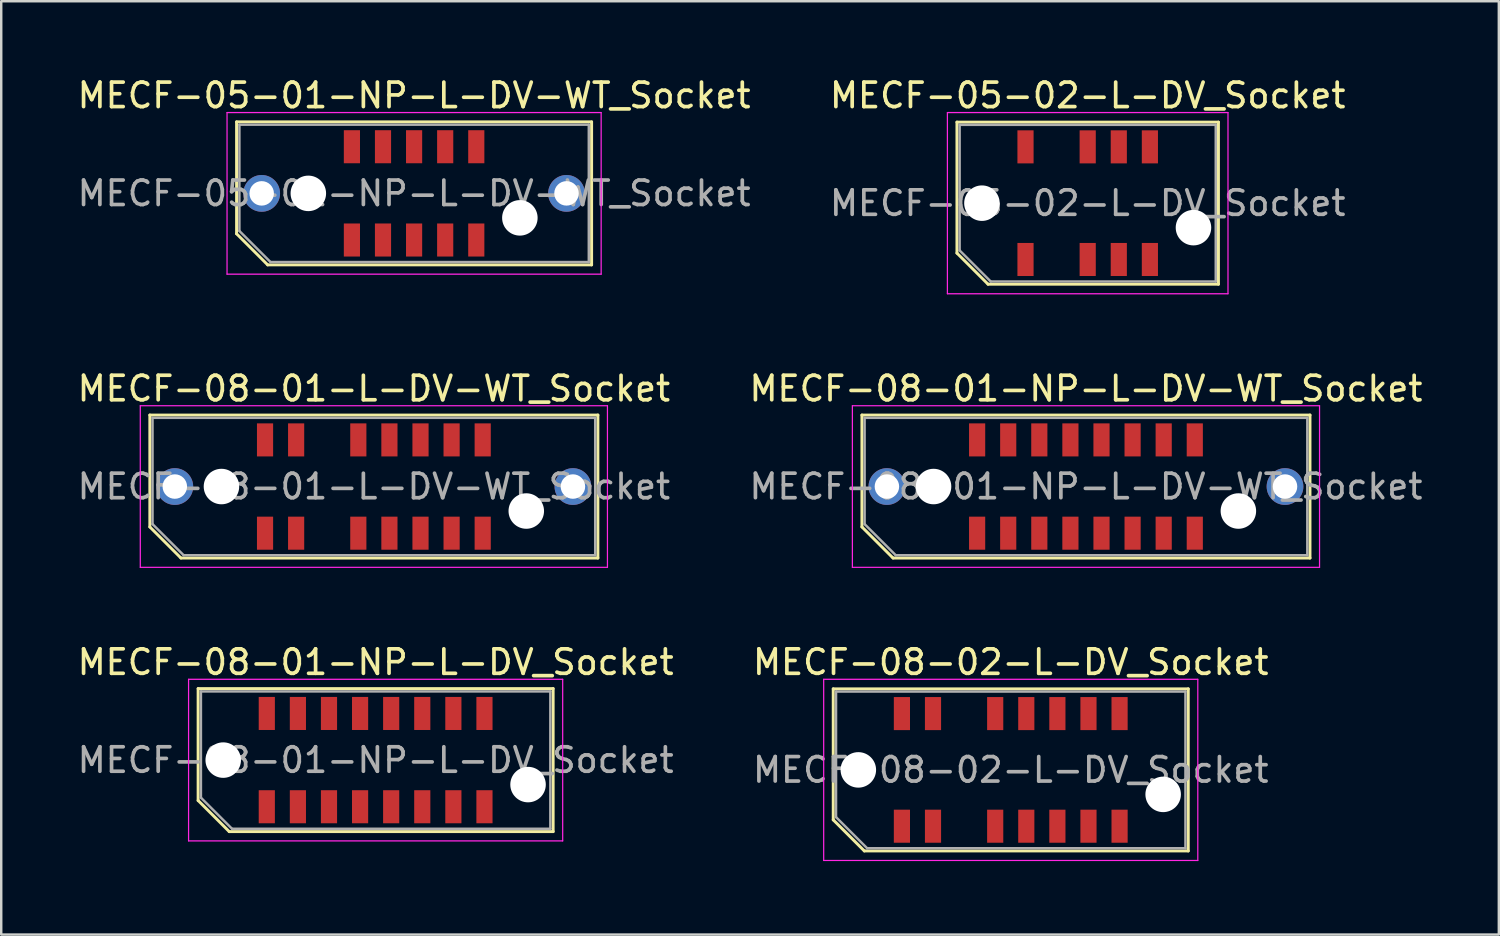
<source format=kicad_pcb>
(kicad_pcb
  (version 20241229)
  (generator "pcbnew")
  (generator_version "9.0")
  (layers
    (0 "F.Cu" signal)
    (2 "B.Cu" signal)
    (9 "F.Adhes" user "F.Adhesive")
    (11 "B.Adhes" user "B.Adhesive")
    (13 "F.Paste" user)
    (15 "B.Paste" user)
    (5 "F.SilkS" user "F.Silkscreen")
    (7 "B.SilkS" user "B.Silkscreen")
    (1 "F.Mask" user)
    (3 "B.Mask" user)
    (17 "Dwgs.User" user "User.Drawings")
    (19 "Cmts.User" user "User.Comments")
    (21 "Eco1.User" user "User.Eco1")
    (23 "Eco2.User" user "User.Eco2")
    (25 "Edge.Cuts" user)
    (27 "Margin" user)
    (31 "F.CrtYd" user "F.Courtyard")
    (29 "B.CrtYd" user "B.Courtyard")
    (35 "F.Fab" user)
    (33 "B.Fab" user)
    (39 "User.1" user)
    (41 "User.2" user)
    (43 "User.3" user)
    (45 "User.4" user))
  (footprint "MECF-08-02-L-DV_Socket"
    (layer "F.Cu")
    (at 38.232 28.395)
    (property "Reference" "MECF-08-02-L-DV_Socket" (at 0 -4.4 0) (layer "F.SilkS") (effects (font (size 1 1) (thickness 0.15))))
    (attr smd)
    (fp_line (start -7.25 -3.31) (end 7.25 -3.31) (stroke (width 0.12) (type solid)) (layer "F.SilkS"))
    (fp_line (start -7.25 2.04) (end -7.25 -3.31) (stroke (width 0.12) (type solid)) (layer "F.SilkS"))
    (fp_line (start -5.98 3.31) (end -7.25 2.04) (stroke (width 0.12) (type solid)) (layer "F.SilkS"))
    (fp_line (start -5.98 3.31) (end 7.25 3.31) (stroke (width 0.12) (type solid)) (layer "F.SilkS"))
    (fp_line (start 7.25 3.31) (end 7.25 -3.31) (stroke (width 0.12) (type solid)) (layer "F.SilkS"))
    (fp_line (start -7.64 -3.7) (end -7.64 3.7) (stroke (width 0.05) (type solid)) (layer "F.CrtYd"))
    (fp_line (start -7.64 3.7) (end 7.64 3.7) (stroke (width 0.05) (type solid)) (layer "F.CrtYd"))
    (fp_line (start 7.64 -3.7) (end -7.64 -3.7) (stroke (width 0.05) (type solid)) (layer "F.CrtYd"))
    (fp_line (start 7.64 3.7) (end 7.64 -3.7) (stroke (width 0.05) (type solid)) (layer "F.CrtYd"))
    (fp_line (start -7.135 -3.2) (end 7.135 -3.2) (stroke (width 0.1) (type solid)) (layer "F.Fab"))
    (fp_line (start -7.135 1.93) (end -7.135 -3.2) (stroke (width 0.1) (type solid)) (layer "F.Fab"))
    (fp_line (start -7.135 1.93) (end -5.865 3.2) (stroke (width 0.1) (type solid)) (layer "F.Fab"))
    (fp_line (start -5.865 3.2) (end 7.135 3.2) (stroke (width 0.1) (type solid)) (layer "F.Fab"))
    (fp_line (start 7.135 3.2) (end 7.135 -3.2) (stroke (width 0.1) (type solid)) (layer "F.Fab"))
    (fp_text user "${REFERENCE}" (at 0 0 0) (layer "F.Fab") (effects (font (size 1 1) (thickness 0.15))))
    (pad "" np_thru_hole circle (at -6.225 0) (size 1.45 1.45) (drill 1.45) (layers "*.Cu" "*.Mask"))
    (pad "" np_thru_hole circle (at 6.225 1) (size 1.45 1.45) (drill 1.45) (layers "*.Cu" "*.Mask"))
    (pad "1" smd rect (at -4.445 2.3) (size 0.66 1.35) (layers "F.Cu" "F.Mask" "F.Paste"))
    (pad "2" smd rect (at -4.445 -2.3) (size 0.66 1.35) (layers "F.Cu" "F.Mask" "F.Paste"))
    (pad "3" smd rect (at -3.175 2.3) (size 0.66 1.35) (layers "F.Cu" "F.Mask" "F.Paste"))
    (pad "4" smd rect (at -3.175 -2.3) (size 0.66 1.35) (layers "F.Cu" "F.Mask" "F.Paste"))
    (pad "7" smd rect (at -0.635 2.3) (size 0.66 1.35) (layers "F.Cu" "F.Mask" "F.Paste"))
    (pad "8" smd rect (at -0.635 -2.3) (size 0.66 1.35) (layers "F.Cu" "F.Mask" "F.Paste"))
    (pad "9" smd rect (at 0.635 2.3) (size 0.66 1.35) (layers "F.Cu" "F.Mask" "F.Paste"))
    (pad "10" smd rect (at 0.635 -2.3) (size 0.66 1.35) (layers "F.Cu" "F.Mask" "F.Paste"))
    (pad "11" smd rect (at 1.905 2.3) (size 0.66 1.35) (layers "F.Cu" "F.Mask" "F.Paste"))
    (pad "12" smd rect (at 1.905 -2.3) (size 0.66 1.35) (layers "F.Cu" "F.Mask" "F.Paste"))
    (pad "13" smd rect (at 3.175 2.3) (size 0.66 1.35) (layers "F.Cu" "F.Mask" "F.Paste"))
    (pad "14" smd rect (at 3.175 -2.3) (size 0.66 1.35) (layers "F.Cu" "F.Mask" "F.Paste"))
    (pad "15" smd rect (at 4.445 2.3) (size 0.66 1.35) (layers "F.Cu" "F.Mask" "F.Paste"))
    (pad "16" smd rect (at 4.445 -2.3) (size 0.66 1.35) (layers "F.Cu" "F.Mask" "F.Paste")))
  (footprint "MECF-08-01-L-DV-WT_Socket"
    (layer "F.Cu")
    (at 12.22 16.822)
    (property "Reference" "MECF-08-01-L-DV-WT_Socket" (at 0 -4 0) (layer "F.SilkS") (effects (font (size 1 1) (thickness 0.15))))
    (attr smd)
    (fp_line (start -9.15 -2.92) (end 9.15 -2.92) (stroke (width 0.12) (type solid)) (layer "F.SilkS"))
    (fp_line (start -9.15 1.65) (end -9.15 -2.92) (stroke (width 0.12) (type solid)) (layer "F.SilkS"))
    (fp_line (start -7.88 2.92) (end -9.15 1.65) (stroke (width 0.12) (type solid)) (layer "F.SilkS"))
    (fp_line (start -7.88 2.92) (end 9.15 2.92) (stroke (width 0.12) (type solid)) (layer "F.SilkS"))
    (fp_line (start 9.15 2.92) (end 9.15 -2.92) (stroke (width 0.12) (type solid)) (layer "F.SilkS"))
    (fp_line (start -9.54 -3.3) (end -9.54 3.3) (stroke (width 0.05) (type solid)) (layer "F.CrtYd"))
    (fp_line (start -9.54 3.3) (end 9.54 3.3) (stroke (width 0.05) (type solid)) (layer "F.CrtYd"))
    (fp_line (start 9.54 -3.3) (end -9.54 -3.3) (stroke (width 0.05) (type solid)) (layer "F.CrtYd"))
    (fp_line (start 9.54 3.3) (end 9.54 -3.3) (stroke (width 0.05) (type solid)) (layer "F.CrtYd"))
    (fp_line (start -9.04 -2.805) (end 9.04 -2.805) (stroke (width 0.1) (type solid)) (layer "F.Fab"))
    (fp_line (start -9.04 1.535) (end -9.04 -2.805) (stroke (width 0.1) (type solid)) (layer "F.Fab"))
    (fp_line (start -9.04 1.535) (end -7.77 2.805) (stroke (width 0.1) (type solid)) (layer "F.Fab"))
    (fp_line (start -7.77 2.805) (end 9.04 2.805) (stroke (width 0.1) (type solid)) (layer "F.Fab"))
    (fp_line (start 9.04 2.805) (end 9.04 -2.805) (stroke (width 0.1) (type solid)) (layer "F.Fab"))
    (fp_text user "${REFERENCE}" (at 0 0 0) (layer "F.Fab") (effects (font (size 1 1) (thickness 0.15))))
    (pad "" thru_hole circle (at -8.13 0) (size 1.5 1.5) (drill 1) (layers "*.Cu" "*.Mask"))
    (pad "" np_thru_hole circle (at -6.225 0) (size 1.45 1.45) (drill 1.45) (layers "*.Cu" "*.Mask"))
    (pad "" np_thru_hole circle (at 6.225 1) (size 1.45 1.45) (drill 1.45) (layers "*.Cu" "*.Mask"))
    (pad "" thru_hole circle (at 8.13 0) (size 1.5 1.5) (drill 1) (layers "*.Cu" "*.Mask"))
    (pad "1" smd rect (at -4.445 1.905) (size 0.66 1.35) (layers "F.Cu" "F.Mask" "F.Paste"))
    (pad "2" smd rect (at -4.445 -1.905) (size 0.66 1.35) (layers "F.Cu" "F.Mask" "F.Paste"))
    (pad "3" smd rect (at -3.175 1.905) (size 0.66 1.35) (layers "F.Cu" "F.Mask" "F.Paste"))
    (pad "4" smd rect (at -3.175 -1.905) (size 0.66 1.35) (layers "F.Cu" "F.Mask" "F.Paste"))
    (pad "7" smd rect (at -0.635 1.905) (size 0.66 1.35) (layers "F.Cu" "F.Mask" "F.Paste"))
    (pad "8" smd rect (at -0.635 -1.905) (size 0.66 1.35) (layers "F.Cu" "F.Mask" "F.Paste"))
    (pad "9" smd rect (at 0.635 1.905) (size 0.66 1.35) (layers "F.Cu" "F.Mask" "F.Paste"))
    (pad "10" smd rect (at 0.635 -1.905) (size 0.66 1.35) (layers "F.Cu" "F.Mask" "F.Paste"))
    (pad "11" smd rect (at 1.905 1.905) (size 0.66 1.35) (layers "F.Cu" "F.Mask" "F.Paste"))
    (pad "12" smd rect (at 1.905 -1.905) (size 0.66 1.35) (layers "F.Cu" "F.Mask" "F.Paste"))
    (pad "13" smd rect (at 3.175 1.905) (size 0.66 1.35) (layers "F.Cu" "F.Mask" "F.Paste"))
    (pad "14" smd rect (at 3.175 -1.905) (size 0.66 1.35) (layers "F.Cu" "F.Mask" "F.Paste"))
    (pad "15" smd rect (at 4.445 1.905) (size 0.66 1.35) (layers "F.Cu" "F.Mask" "F.Paste"))
    (pad "16" smd rect (at 4.445 -1.905) (size 0.66 1.35) (layers "F.Cu" "F.Mask" "F.Paste")))
  (footprint "MECF-08-01-NP-L-DV_Socket"
    (layer "F.Cu")
    (at 12.292 27.995)
    (property "Reference" "MECF-08-01-NP-L-DV_Socket" (at 0 -4 0) (layer "F.SilkS") (effects (font (size 1 1) (thickness 0.15))))
    (attr smd)
    (fp_line (start -7.25 -2.92) (end 7.25 -2.92) (stroke (width 0.12) (type solid)) (layer "F.SilkS"))
    (fp_line (start -7.25 1.65) (end -7.25 -2.92) (stroke (width 0.12) (type solid)) (layer "F.SilkS"))
    (fp_line (start -5.98 2.92) (end -7.25 1.65) (stroke (width 0.12) (type solid)) (layer "F.SilkS"))
    (fp_line (start -5.98 2.92) (end 7.25 2.92) (stroke (width 0.12) (type solid)) (layer "F.SilkS"))
    (fp_line (start 7.25 2.92) (end 7.25 -2.92) (stroke (width 0.12) (type solid)) (layer "F.SilkS"))
    (fp_line (start -7.64 -3.3) (end -7.64 3.3) (stroke (width 0.05) (type solid)) (layer "F.CrtYd"))
    (fp_line (start -7.64 3.3) (end 7.64 3.3) (stroke (width 0.05) (type solid)) (layer "F.CrtYd"))
    (fp_line (start 7.64 -3.3) (end -7.64 -3.3) (stroke (width 0.05) (type solid)) (layer "F.CrtYd"))
    (fp_line (start 7.64 3.3) (end 7.64 -3.3) (stroke (width 0.05) (type solid)) (layer "F.CrtYd"))
    (fp_line (start -7.135 -2.805) (end 7.135 -2.805) (stroke (width 0.1) (type solid)) (layer "F.Fab"))
    (fp_line (start -7.135 1.535) (end -7.135 -2.805) (stroke (width 0.1) (type solid)) (layer "F.Fab"))
    (fp_line (start -7.135 1.535) (end -5.865 2.805) (stroke (width 0.1) (type solid)) (layer "F.Fab"))
    (fp_line (start -5.865 2.805) (end 7.135 2.805) (stroke (width 0.1) (type solid)) (layer "F.Fab"))
    (fp_line (start 7.135 2.805) (end 7.135 -2.805) (stroke (width 0.1) (type solid)) (layer "F.Fab"))
    (fp_text user "${REFERENCE}" (at 0 0 0) (layer "F.Fab") (effects (font (size 1 1) (thickness 0.15))))
    (pad "" np_thru_hole circle (at -6.225 0) (size 1.45 1.45) (drill 1.45) (layers "*.Cu" "*.Mask"))
    (pad "" np_thru_hole circle (at 6.225 1) (size 1.45 1.45) (drill 1.45) (layers "*.Cu" "*.Mask"))
    (pad "1" smd rect (at -4.445 1.905) (size 0.66 1.35) (layers "F.Cu" "F.Mask" "F.Paste"))
    (pad "2" smd rect (at -4.445 -1.905) (size 0.66 1.35) (layers "F.Cu" "F.Mask" "F.Paste"))
    (pad "3" smd rect (at -3.175 1.905) (size 0.66 1.35) (layers "F.Cu" "F.Mask" "F.Paste"))
    (pad "4" smd rect (at -3.175 -1.905) (size 0.66 1.35) (layers "F.Cu" "F.Mask" "F.Paste"))
    (pad "5" smd rect (at -1.905 1.905) (size 0.66 1.35) (layers "F.Cu" "F.Mask" "F.Paste"))
    (pad "6" smd rect (at -1.905 -1.905) (size 0.66 1.35) (layers "F.Cu" "F.Mask" "F.Paste"))
    (pad "7" smd rect (at -0.635 1.905) (size 0.66 1.35) (layers "F.Cu" "F.Mask" "F.Paste"))
    (pad "8" smd rect (at -0.635 -1.905) (size 0.66 1.35) (layers "F.Cu" "F.Mask" "F.Paste"))
    (pad "9" smd rect (at 0.635 1.905) (size 0.66 1.35) (layers "F.Cu" "F.Mask" "F.Paste"))
    (pad "10" smd rect (at 0.635 -1.905) (size 0.66 1.35) (layers "F.Cu" "F.Mask" "F.Paste"))
    (pad "11" smd rect (at 1.905 1.905) (size 0.66 1.35) (layers "F.Cu" "F.Mask" "F.Paste"))
    (pad "12" smd rect (at 1.905 -1.905) (size 0.66 1.35) (layers "F.Cu" "F.Mask" "F.Paste"))
    (pad "13" smd rect (at 3.175 1.905) (size 0.66 1.35) (layers "F.Cu" "F.Mask" "F.Paste"))
    (pad "14" smd rect (at 3.175 -1.905) (size 0.66 1.35) (layers "F.Cu" "F.Mask" "F.Paste"))
    (pad "15" smd rect (at 4.445 1.905) (size 0.66 1.35) (layers "F.Cu" "F.Mask" "F.Paste"))
    (pad "16" smd rect (at 4.445 -1.905) (size 0.66 1.35) (layers "F.Cu" "F.Mask" "F.Paste")))
  (footprint "MECF-08-01-NP-L-DV-WT_Socket"
    (layer "F.Cu")
    (at 41.304 16.822)
    (property "Reference" "MECF-08-01-NP-L-DV-WT_Socket" (at 0 -4 0) (layer "F.SilkS") (effects (font (size 1 1) (thickness 0.15))))
    (attr smd)
    (fp_line (start -9.15 -2.92) (end 9.15 -2.92) (stroke (width 0.12) (type solid)) (layer "F.SilkS"))
    (fp_line (start -9.15 1.65) (end -9.15 -2.92) (stroke (width 0.12) (type solid)) (layer "F.SilkS"))
    (fp_line (start -7.88 2.92) (end -9.15 1.65) (stroke (width 0.12) (type solid)) (layer "F.SilkS"))
    (fp_line (start -7.88 2.92) (end 9.15 2.92) (stroke (width 0.12) (type solid)) (layer "F.SilkS"))
    (fp_line (start 9.15 2.92) (end 9.15 -2.92) (stroke (width 0.12) (type solid)) (layer "F.SilkS"))
    (fp_line (start -9.54 -3.3) (end -9.54 3.3) (stroke (width 0.05) (type solid)) (layer "F.CrtYd"))
    (fp_line (start -9.54 3.3) (end 9.54 3.3) (stroke (width 0.05) (type solid)) (layer "F.CrtYd"))
    (fp_line (start 9.54 -3.3) (end -9.54 -3.3) (stroke (width 0.05) (type solid)) (layer "F.CrtYd"))
    (fp_line (start 9.54 3.3) (end 9.54 -3.3) (stroke (width 0.05) (type solid)) (layer "F.CrtYd"))
    (fp_line (start -9.04 -2.805) (end 9.04 -2.805) (stroke (width 0.1) (type solid)) (layer "F.Fab"))
    (fp_line (start -9.04 1.535) (end -9.04 -2.805) (stroke (width 0.1) (type solid)) (layer "F.Fab"))
    (fp_line (start -9.04 1.535) (end -7.77 2.805) (stroke (width 0.1) (type solid)) (layer "F.Fab"))
    (fp_line (start -7.77 2.805) (end 9.04 2.805) (stroke (width 0.1) (type solid)) (layer "F.Fab"))
    (fp_line (start 9.04 2.805) (end 9.04 -2.805) (stroke (width 0.1) (type solid)) (layer "F.Fab"))
    (fp_text user "${REFERENCE}" (at 0 0 0) (layer "F.Fab") (effects (font (size 1 1) (thickness 0.15))))
    (pad "" thru_hole circle (at -8.13 0) (size 1.5 1.5) (drill 1) (layers "*.Cu" "*.Mask"))
    (pad "" np_thru_hole circle (at -6.225 0) (size 1.45 1.45) (drill 1.45) (layers "*.Cu" "*.Mask"))
    (pad "" np_thru_hole circle (at 6.225 1) (size 1.45 1.45) (drill 1.45) (layers "*.Cu" "*.Mask"))
    (pad "" thru_hole circle (at 8.13 0) (size 1.5 1.5) (drill 1) (layers "*.Cu" "*.Mask"))
    (pad "1" smd rect (at -4.445 1.905) (size 0.66 1.35) (layers "F.Cu" "F.Mask" "F.Paste"))
    (pad "2" smd rect (at -4.445 -1.905) (size 0.66 1.35) (layers "F.Cu" "F.Mask" "F.Paste"))
    (pad "3" smd rect (at -3.175 1.905) (size 0.66 1.35) (layers "F.Cu" "F.Mask" "F.Paste"))
    (pad "4" smd rect (at -3.175 -1.905) (size 0.66 1.35) (layers "F.Cu" "F.Mask" "F.Paste"))
    (pad "5" smd rect (at -1.905 1.905) (size 0.66 1.35) (layers "F.Cu" "F.Mask" "F.Paste"))
    (pad "6" smd rect (at -1.905 -1.905) (size 0.66 1.35) (layers "F.Cu" "F.Mask" "F.Paste"))
    (pad "7" smd rect (at -0.635 1.905) (size 0.66 1.35) (layers "F.Cu" "F.Mask" "F.Paste"))
    (pad "8" smd rect (at -0.635 -1.905) (size 0.66 1.35) (layers "F.Cu" "F.Mask" "F.Paste"))
    (pad "9" smd rect (at 0.635 1.905) (size 0.66 1.35) (layers "F.Cu" "F.Mask" "F.Paste"))
    (pad "10" smd rect (at 0.635 -1.905) (size 0.66 1.35) (layers "F.Cu" "F.Mask" "F.Paste"))
    (pad "11" smd rect (at 1.905 1.905) (size 0.66 1.35) (layers "F.Cu" "F.Mask" "F.Paste"))
    (pad "12" smd rect (at 1.905 -1.905) (size 0.66 1.35) (layers "F.Cu" "F.Mask" "F.Paste"))
    (pad "13" smd rect (at 3.175 1.905) (size 0.66 1.35) (layers "F.Cu" "F.Mask" "F.Paste"))
    (pad "14" smd rect (at 3.175 -1.905) (size 0.66 1.35) (layers "F.Cu" "F.Mask" "F.Paste"))
    (pad "15" smd rect (at 4.445 1.905) (size 0.66 1.35) (layers "F.Cu" "F.Mask" "F.Paste"))
    (pad "16" smd rect (at 4.445 -1.905) (size 0.66 1.35) (layers "F.Cu" "F.Mask" "F.Paste")))
  (footprint "MECF-05-01-NP-L-DV-WT_Socket"
    (layer "F.Cu")
    (at 13.863 4.848)
    (property "Reference" "MECF-05-01-NP-L-DV-WT_Socket" (at 0 -4 0) (layer "F.SilkS") (effects (font (size 1 1) (thickness 0.15))))
    (attr smd)
    (fp_line (start -7.25 -2.92) (end 7.25 -2.92) (stroke (width 0.12) (type solid)) (layer "F.SilkS"))
    (fp_line (start -7.25 1.65) (end -7.25 -2.92) (stroke (width 0.12) (type solid)) (layer "F.SilkS"))
    (fp_line (start -5.98 2.92) (end -7.25 1.65) (stroke (width 0.12) (type solid)) (layer "F.SilkS"))
    (fp_line (start -5.98 2.92) (end 7.25 2.92) (stroke (width 0.12) (type solid)) (layer "F.SilkS"))
    (fp_line (start 7.25 2.92) (end 7.25 -2.92) (stroke (width 0.12) (type solid)) (layer "F.SilkS"))
    (fp_line (start -7.64 -3.3) (end -7.64 3.3) (stroke (width 0.05) (type solid)) (layer "F.CrtYd"))
    (fp_line (start -7.64 3.3) (end 7.64 3.3) (stroke (width 0.05) (type solid)) (layer "F.CrtYd"))
    (fp_line (start 7.64 -3.3) (end -7.64 -3.3) (stroke (width 0.05) (type solid)) (layer "F.CrtYd"))
    (fp_line (start 7.64 3.3) (end 7.64 -3.3) (stroke (width 0.05) (type solid)) (layer "F.CrtYd"))
    (fp_line (start -7.135 -2.805) (end 7.135 -2.805) (stroke (width 0.1) (type solid)) (layer "F.Fab"))
    (fp_line (start -7.135 1.535) (end -7.135 -2.805) (stroke (width 0.1) (type solid)) (layer "F.Fab"))
    (fp_line (start -7.135 1.535) (end -5.865 2.805) (stroke (width 0.1) (type solid)) (layer "F.Fab"))
    (fp_line (start -5.865 2.805) (end 7.135 2.805) (stroke (width 0.1) (type solid)) (layer "F.Fab"))
    (fp_line (start 7.135 2.805) (end 7.135 -2.805) (stroke (width 0.1) (type solid)) (layer "F.Fab"))
    (fp_text user "${REFERENCE}" (at 0 0 0) (layer "F.Fab") (effects (font (size 1 1) (thickness 0.15))))
    (pad "" thru_hole circle (at -6.225 0) (size 1.5 1.5) (drill 1) (layers "*.Cu" "*.Mask"))
    (pad "" np_thru_hole circle (at -4.32 0) (size 1.45 1.45) (drill 1.45) (layers "*.Cu" "*.Mask"))
    (pad "" np_thru_hole circle (at 4.32 1) (size 1.45 1.45) (drill 1.45) (layers "*.Cu" "*.Mask"))
    (pad "" thru_hole circle (at 6.225 0) (size 1.5 1.5) (drill 1) (layers "*.Cu" "*.Mask"))
    (pad "1" smd rect (at -2.54 1.905) (size 0.66 1.35) (layers "F.Cu" "F.Mask" "F.Paste"))
    (pad "2" smd rect (at -2.54 -1.905) (size 0.66 1.35) (layers "F.Cu" "F.Mask" "F.Paste"))
    (pad "3" smd rect (at -1.27 1.905) (size 0.66 1.35) (layers "F.Cu" "F.Mask" "F.Paste"))
    (pad "4" smd rect (at -1.27 -1.905) (size 0.66 1.35) (layers "F.Cu" "F.Mask" "F.Paste"))
    (pad "5" smd rect (at 0 1.905) (size 0.66 1.35) (layers "F.Cu" "F.Mask" "F.Paste"))
    (pad "6" smd rect (at 0 -1.905) (size 0.66 1.35) (layers "F.Cu" "F.Mask" "F.Paste"))
    (pad "7" smd rect (at 1.27 1.905) (size 0.66 1.35) (layers "F.Cu" "F.Mask" "F.Paste"))
    (pad "8" smd rect (at 1.27 -1.905) (size 0.66 1.35) (layers "F.Cu" "F.Mask" "F.Paste"))
    (pad "9" smd rect (at 2.54 1.905) (size 0.66 1.35) (layers "F.Cu" "F.Mask" "F.Paste"))
    (pad "10" smd rect (at 2.54 -1.905) (size 0.66 1.35) (layers "F.Cu" "F.Mask" "F.Paste")))
  (footprint "MECF-05-02-L-DV_Socket"
    (layer "F.Cu")
    (at 41.375 5.248)
    (property "Reference" "MECF-05-02-L-DV_Socket" (at 0 -4.4 0) (layer "F.SilkS") (effects (font (size 1 1) (thickness 0.15))))
    (attr smd)
    (fp_line (start -5.34 -3.31) (end 5.34 -3.31) (stroke (width 0.12) (type solid)) (layer "F.SilkS"))
    (fp_line (start -5.34 2.04) (end -5.34 -3.31) (stroke (width 0.12) (type solid)) (layer "F.SilkS"))
    (fp_line (start -4.07 3.31) (end -5.34 2.04) (stroke (width 0.12) (type solid)) (layer "F.SilkS"))
    (fp_line (start -4.07 3.31) (end 5.34 3.31) (stroke (width 0.12) (type solid)) (layer "F.SilkS"))
    (fp_line (start 5.34 3.31) (end 5.34 -3.31) (stroke (width 0.12) (type solid)) (layer "F.SilkS"))
    (fp_line (start -5.73 -3.7) (end -5.73 3.7) (stroke (width 0.05) (type solid)) (layer "F.CrtYd"))
    (fp_line (start -5.73 3.7) (end 5.73 3.7) (stroke (width 0.05) (type solid)) (layer "F.CrtYd"))
    (fp_line (start 5.73 -3.7) (end -5.73 -3.7) (stroke (width 0.05) (type solid)) (layer "F.CrtYd"))
    (fp_line (start 5.73 3.7) (end 5.73 -3.7) (stroke (width 0.05) (type solid)) (layer "F.CrtYd"))
    (fp_line (start -5.23 -3.2) (end 5.23 -3.2) (stroke (width 0.1) (type solid)) (layer "F.Fab"))
    (fp_line (start -5.23 1.93) (end -5.23 -3.2) (stroke (width 0.1) (type solid)) (layer "F.Fab"))
    (fp_line (start -5.23 1.93) (end -3.96 3.2) (stroke (width 0.1) (type solid)) (layer "F.Fab"))
    (fp_line (start -3.96 3.2) (end 5.23 3.2) (stroke (width 0.1) (type solid)) (layer "F.Fab"))
    (fp_line (start 5.23 3.2) (end 5.23 -3.2) (stroke (width 0.1) (type solid)) (layer "F.Fab"))
    (fp_text user "${REFERENCE}" (at 0 0 0) (layer "F.Fab") (effects (font (size 1 1) (thickness 0.15))))
    (pad "" np_thru_hole circle (at -4.32 0) (size 1.45 1.45) (drill 1.45) (layers "*.Cu" "*.Mask"))
    (pad "" np_thru_hole circle (at 4.32 1) (size 1.45 1.45) (drill 1.45) (layers "*.Cu" "*.Mask"))
    (pad "1" smd rect (at -2.54 2.3) (size 0.66 1.35) (layers "F.Cu" "F.Mask" "F.Paste"))
    (pad "2" smd rect (at -2.54 -2.3) (size 0.66 1.35) (layers "F.Cu" "F.Mask" "F.Paste"))
    (pad "5" smd rect (at 0 2.3) (size 0.66 1.35) (layers "F.Cu" "F.Mask" "F.Paste"))
    (pad "6" smd rect (at 0 -2.3) (size 0.66 1.35) (layers "F.Cu" "F.Mask" "F.Paste"))
    (pad "7" smd rect (at 1.27 2.3) (size 0.66 1.35) (layers "F.Cu" "F.Mask" "F.Paste"))
    (pad "8" smd rect (at 1.27 -2.3) (size 0.66 1.35) (layers "F.Cu" "F.Mask" "F.Paste"))
    (pad "9" smd rect (at 2.54 2.3) (size 0.66 1.35) (layers "F.Cu" "F.Mask" "F.Paste"))
    (pad "10" smd rect (at 2.54 -2.3) (size 0.66 1.35) (layers "F.Cu" "F.Mask" "F.Paste")))
  (gr_rect
    (start -3 -3)
    (end 58.167 35.12)
    (stroke (width 0.1) (type default))
    (fill no)
    (layer "Edge.Cuts")))
</source>
